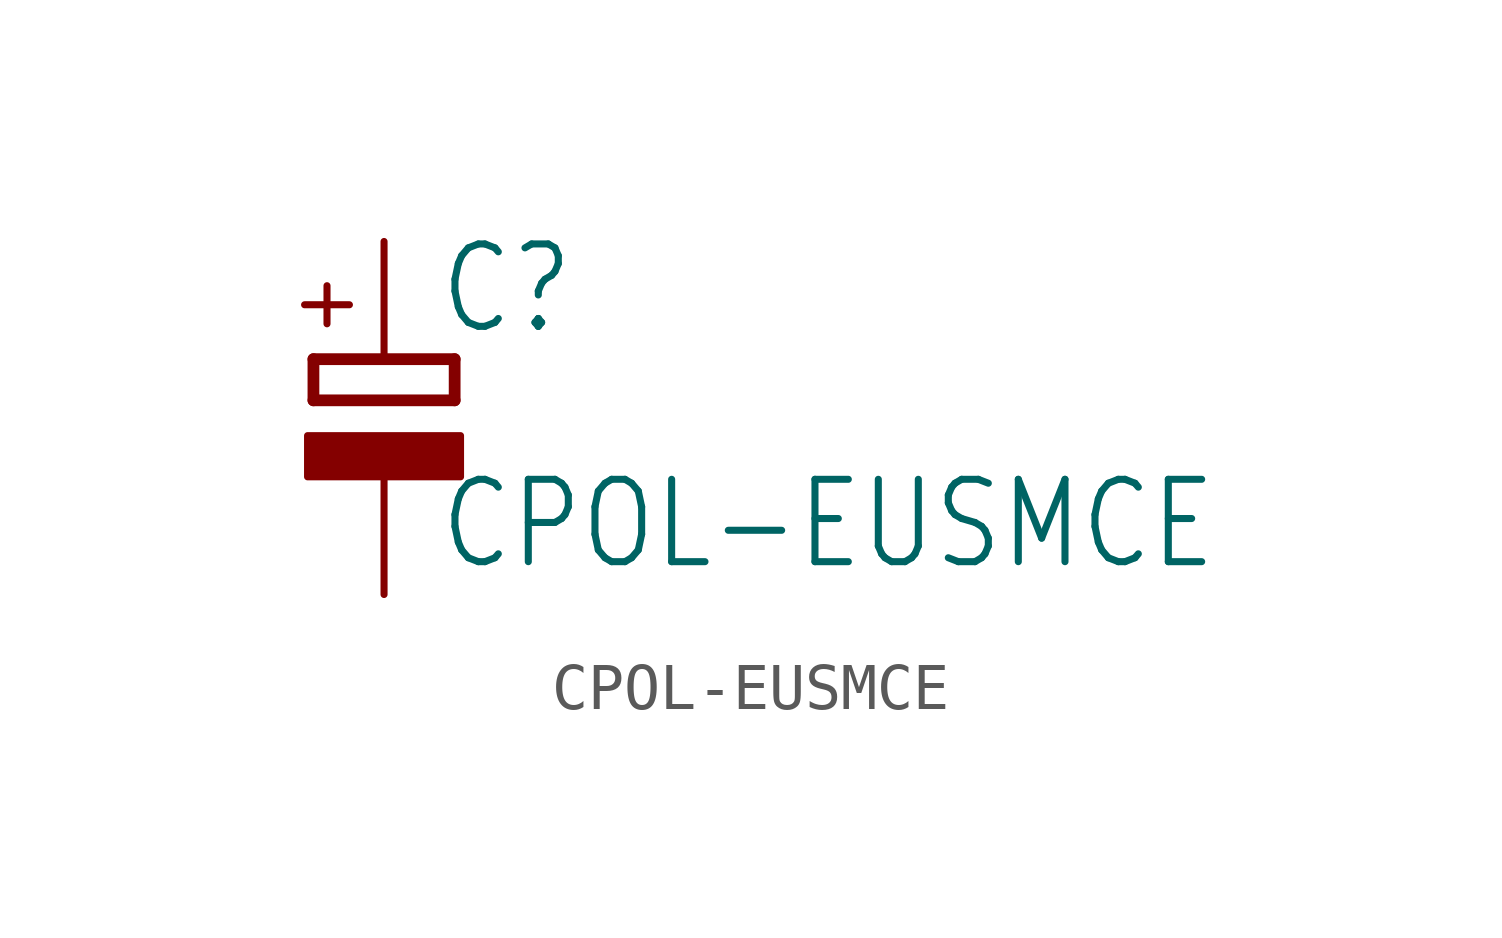
<source format=kicad_sym>
(kicad_symbol_lib
  (version 20211014)
  (generator kicad_symbol_editor)
  (symbol "CPOL-EUSMCE"
    (property "Reference" "C"
      (at 1.143 0.483 0)
      (effects (font (size 1.778 1.511)) (justify left bottom)))
    (property "Value" "CPOL-EUSMCE"
      (at 1.143 -4.597 0)
      (effects (font (size 1.778 1.511)) (justify left bottom)))
    (property "ki_locked" ""
      (at 0 0 0)
      (effects (font (size 1.27 1.27))))
    (symbol "CPOL-EUSMCE_1_0"
      (rectangle (start -1.651 -2.54) (end 1.651 -1.651) (stroke (width 0) (type default) (color 0 0 0 0)) (fill (type outline)))
      (polyline (pts (xy -1.524 -0.889) (xy 1.524 -0.889)) (stroke (width 0.254) (type default) (color 0 0 0 0)) (fill (type none)))
      (polyline (pts (xy -1.524 0) (xy -1.524 -0.889)) (stroke (width 0.254) (type default) (color 0 0 0 0)) (fill (type none)))
      (polyline (pts (xy -1.524 0) (xy 1.524 0)) (stroke (width 0.254) (type default) (color 0 0 0 0)) (fill (type none)))
      (polyline (pts (xy 1.524 -0.889) (xy 1.524 0)) (stroke (width 0.254) (type default) (color 0 0 0 0)) (fill (type none)))
      (text "+" (at -0.584 0.406 900) (effects (font (size 1.27 1.079)) (justify left bottom)))
      (pin passive line (at 0 2.54 270) (length 2.54) (name "+" (effects (font (size 0 0)))) (number "+" (effects (font (size 0 0)))))
      (pin passive line (at 0 -5.08 90) (length 2.54) (name "-" (effects (font (size 0 0)))) (number "-" (effects (font (size 0 0))))))))
</source>
